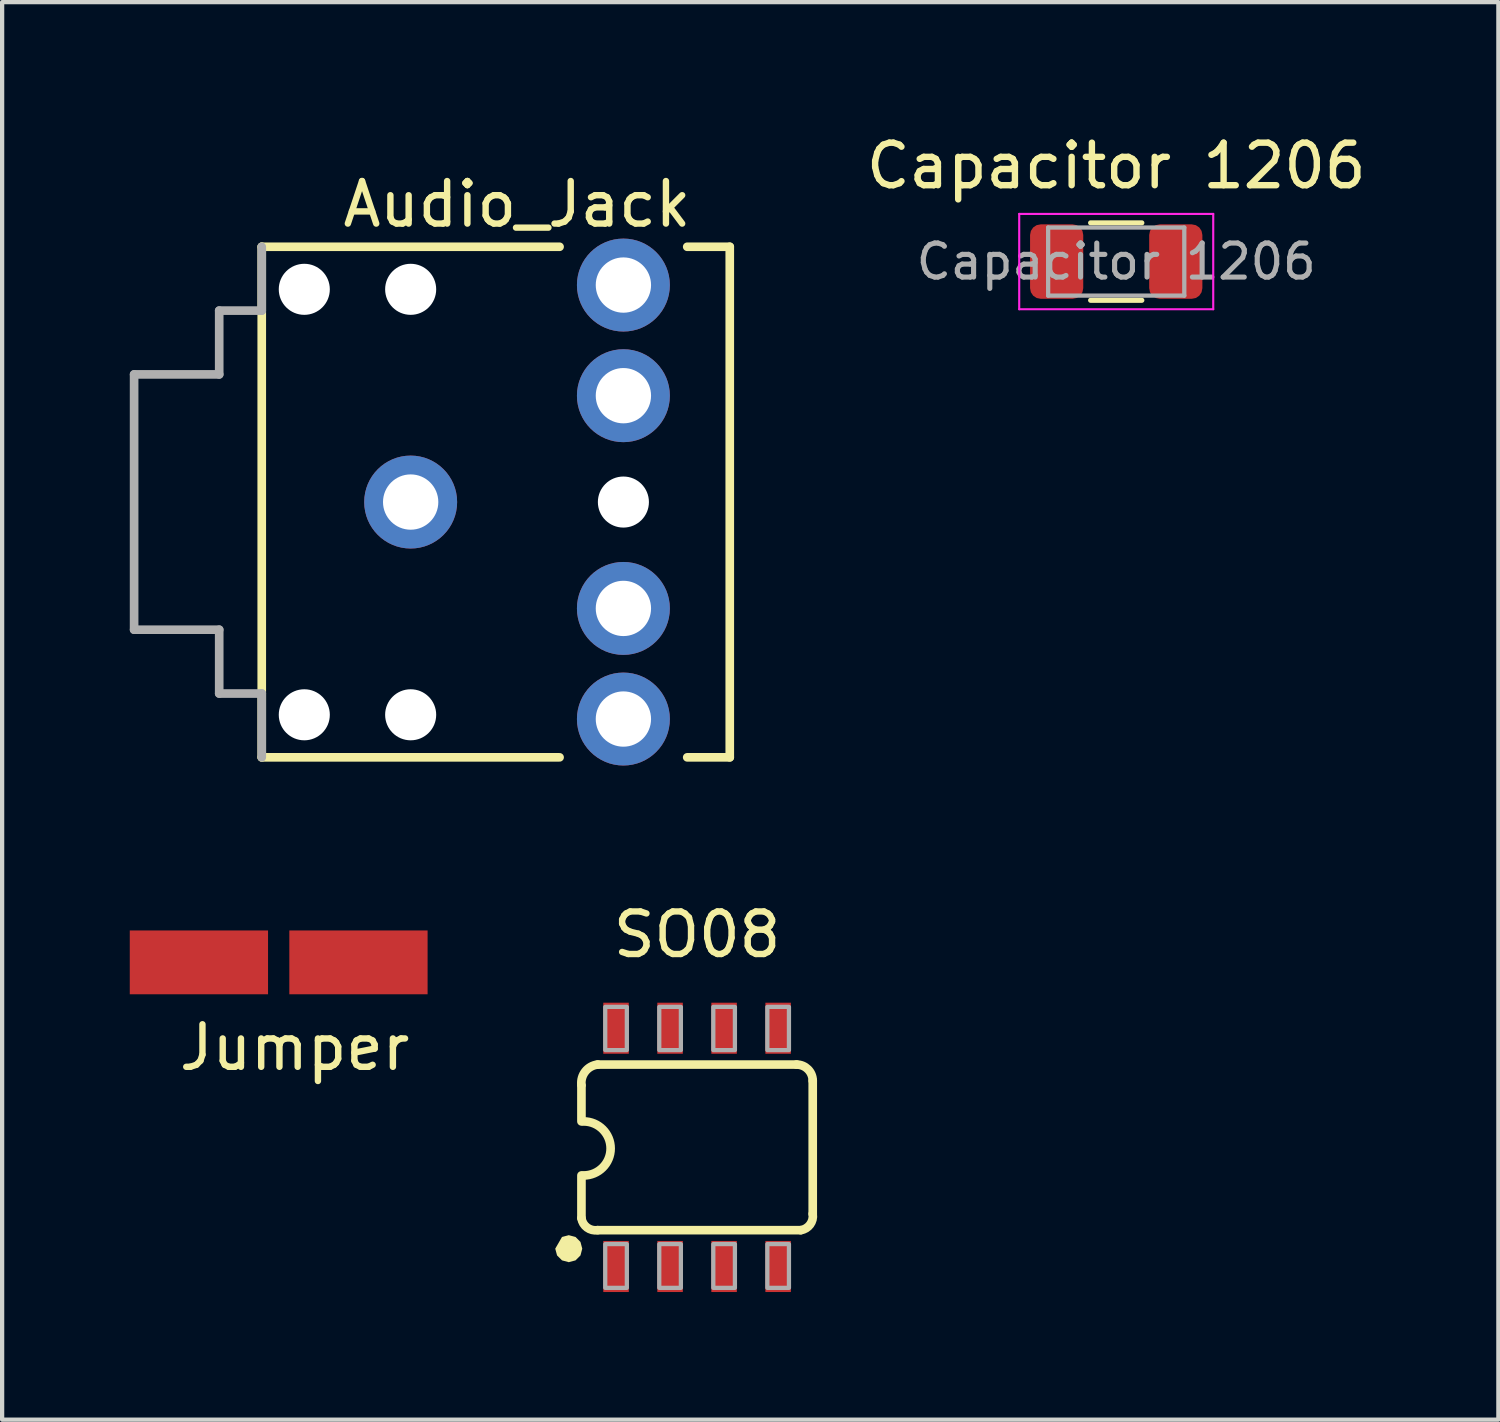
<source format=kicad_pcb>
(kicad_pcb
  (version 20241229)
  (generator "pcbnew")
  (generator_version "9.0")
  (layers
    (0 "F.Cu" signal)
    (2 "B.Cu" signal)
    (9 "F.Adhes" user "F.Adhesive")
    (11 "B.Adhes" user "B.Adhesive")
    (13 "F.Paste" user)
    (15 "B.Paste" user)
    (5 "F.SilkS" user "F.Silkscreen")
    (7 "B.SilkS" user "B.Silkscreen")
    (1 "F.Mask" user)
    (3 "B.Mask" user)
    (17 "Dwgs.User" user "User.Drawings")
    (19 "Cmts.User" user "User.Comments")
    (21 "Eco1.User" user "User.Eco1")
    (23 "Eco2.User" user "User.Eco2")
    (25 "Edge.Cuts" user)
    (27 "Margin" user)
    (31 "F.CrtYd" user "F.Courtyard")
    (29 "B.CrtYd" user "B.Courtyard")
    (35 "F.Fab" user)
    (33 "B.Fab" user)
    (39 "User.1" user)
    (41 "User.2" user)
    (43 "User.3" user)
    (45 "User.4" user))
  (footprint "SO08"
    (layer "F.Cu")
    (at 13.334 18.417)
    (property "Reference" "SO08" (at 0 0.5 0) (layer "F.SilkS") (effects (font (size 1 1) (thickness 0.15))))
    (attr through_hole)
    (fp_line (start -2.718 4.047) (end -2.718 4.89) (stroke (width 0.203) (type solid)) (layer "F.SilkS"))
    (fp_line (start -2.718 7.165) (end -2.718 6.16) (stroke (width 0.203) (type solid)) (layer "F.SilkS"))
    (fp_line (start -2.337 7.446) (end 2.437 7.446) (stroke (width 0.203) (type solid)) (layer "F.SilkS"))
    (fp_line (start 2.337 3.554) (end -2.337 3.554) (stroke (width 0.203) (type solid)) (layer "F.SilkS"))
    (fp_line (start 2.718 7.065) (end 2.718 3.935) (stroke (width 0.203) (type solid)) (layer "F.SilkS"))
    (fp_arc (start -2.7178 4.0347) (mid -2.626948 3.715269) (end -2.3368 3.5537) (stroke (width 0.2032) (type solid)) (layer "F.SilkS"))
    (fp_arc (start -2.667 4.8904) (mid -2.032 5.5254) (end -2.667 6.1604) (stroke (width 0.2032) (type solid)) (layer "F.SilkS"))
    (fp_arc (start -2.336799 7.446301) (mid -2.58554 7.384767) (end -2.7178 7.1653) (stroke (width 0.2032) (type solid)) (layer "F.SilkS"))
    (fp_arc (start 2.3368 3.5537) (mid 2.606237 3.665264) (end 2.7178 3.934702) (stroke (width 0.2032) (type solid)) (layer "F.SilkS"))
    (fp_arc (start 2.7178 7.0653) (mid 2.656208 7.313997) (end 2.4368 7.4463) (stroke (width 0.2032) (type solid)) (layer "F.SilkS"))
    (fp_poly (pts (xy -2.699 7.881) (xy -2.741 7.723) (xy -2.857 7.606) (xy -3.016 7.564) (xy -3.175 7.606) (xy -3.334 7.881) (xy -3.291 8.04) (xy -3.175 8.156) (xy -3.016 8.199) (xy -2.857 8.156) (xy -2.741 8.04)) (stroke (width 0) (type solid)) (fill yes) (layer "F.SilkS"))
    (fp_poly (pts (xy -2.159 3.214) (xy -1.651 3.214) (xy -1.651 2.198) (xy -2.159 2.198)) (stroke (width 0.1) (type solid)) (fill no) (layer "F.Fab"))
    (fp_poly (pts (xy -2.159 8.802) (xy -1.651 8.802) (xy -1.651 7.773) (xy -2.159 7.773)) (stroke (width 0.1) (type solid)) (fill no) (layer "F.Fab"))
    (fp_poly (pts (xy -0.889 3.214) (xy -0.381 3.214) (xy -0.381 2.198) (xy -0.889 2.198)) (stroke (width 0.1) (type solid)) (fill no) (layer "F.Fab"))
    (fp_poly (pts (xy -0.889 8.802) (xy -0.381 8.802) (xy -0.381 7.773) (xy -0.889 7.773)) (stroke (width 0.1) (type solid)) (fill no) (layer "F.Fab"))
    (fp_poly (pts (xy 0.381 3.214) (xy 0.889 3.214) (xy 0.889 2.198) (xy 0.381 2.198)) (stroke (width 0.1) (type solid)) (fill no) (layer "F.Fab"))
    (fp_poly (pts (xy 0.381 8.802) (xy 0.889 8.802) (xy 0.889 7.773) (xy 0.381 7.773)) (stroke (width 0.1) (type solid)) (fill no) (layer "F.Fab"))
    (fp_poly (pts (xy 1.651 3.214) (xy 2.159 3.214) (xy 2.159 2.198) (xy 1.651 2.198)) (stroke (width 0.1) (type solid)) (fill no) (layer "F.Fab"))
    (fp_poly (pts (xy 1.651 8.802) (xy 2.159 8.802) (xy 2.159 7.773) (xy 1.651 7.773)) (stroke (width 0.1) (type solid)) (fill no) (layer "F.Fab"))
    (pad "1" smd rect (at -1.905 8.3) (size 0.6 1.2) (layers "F.Cu" "F.Mask" "F.Paste"))
    (pad "2" smd rect (at -0.635 8.3) (size 0.6 1.2) (layers "F.Cu" "F.Mask" "F.Paste"))
    (pad "3" smd rect (at 0.635 8.3) (size 0.6 1.2) (layers "F.Cu" "F.Mask" "F.Paste"))
    (pad "4" smd rect (at 1.905 8.3) (size 0.6 1.2) (layers "F.Cu" "F.Mask" "F.Paste"))
    (pad "5" smd rect (at 1.905 2.7) (size 0.6 1.2) (layers "F.Cu" "F.Mask" "F.Paste"))
    (pad "6" smd rect (at 0.635 2.7) (size 0.6 1.2) (layers "F.Cu" "F.Mask" "F.Paste"))
    (pad "7" smd rect (at -0.635 2.7) (size 0.6 1.2) (layers "F.Cu" "F.Mask" "F.Paste"))
    (pad "8" smd rect (at -1.905 2.7) (size 0.6 1.2) (layers "F.Cu" "F.Mask" "F.Paste")))
  (footprint "Jumper"
    (layer "F.Cu")
    (at 3.375 18.319)
    (property "Reference" "Jumper" (at 0.5 3.25 0) (layer "F.SilkS") (effects (font (size 1 1) (thickness 0.15))))
    (attr through_hole)
    (pad "1" smd rect (at -1.75 1.25) (size 3.25 1.5) (layers "F.Cu" "F.Mask"))
    (pad "2" smd rect (at 2 1.25) (size 3.25 1.5) (layers "F.Cu" "F.Mask")))
  (footprint "Capacitor 1206"
    (layer "F.Cu")
    (at 23.185 0.348)
    (property "Reference" "Capacitor 1206" (at 0 0.5 0) (layer "F.SilkS") (effects (font (size 1 1) (thickness 0.15))))
    (attr through_hole)
    (fp_line (start -0.602 1.84) (end 0.602 1.84) (stroke (width 0.12) (type solid)) (layer "F.SilkS"))
    (fp_line (start -0.602 3.66) (end 0.602 3.66) (stroke (width 0.12) (type solid)) (layer "F.SilkS"))
    (fp_line (start -2.28 1.63) (end 2.28 1.63) (stroke (width 0.05) (type solid)) (layer "F.CrtYd"))
    (fp_line (start -2.28 3.87) (end -2.28 1.63) (stroke (width 0.05) (type solid)) (layer "F.CrtYd"))
    (fp_line (start 2.28 1.63) (end 2.28 3.87) (stroke (width 0.05) (type solid)) (layer "F.CrtYd"))
    (fp_line (start 2.28 3.87) (end -2.28 3.87) (stroke (width 0.05) (type solid)) (layer "F.CrtYd"))
    (fp_line (start -1.6 1.95) (end 1.6 1.95) (stroke (width 0.1) (type solid)) (layer "F.Fab"))
    (fp_line (start -1.6 3.55) (end -1.6 1.95) (stroke (width 0.1) (type solid)) (layer "F.Fab"))
    (fp_line (start 1.6 1.95) (end 1.6 3.55) (stroke (width 0.1) (type solid)) (layer "F.Fab"))
    (fp_line (start 1.6 3.55) (end -1.6 3.55) (stroke (width 0.1) (type solid)) (layer "F.Fab"))
    (fp_text user "${REFERENCE}" (at 0 2.75 0) (layer "F.Fab") (effects (font (size 0.8 0.8) (thickness 0.12))))
    (pad "1" smd roundrect (at -1.4 2.75) (size 1.25 1.75) (layers "F.Cu" "F.Mask" "F.Paste") (roundrect_rratio 0.2))
    (pad "2" smd roundrect (at 1.4 2.75) (size 1.25 1.75) (layers "F.Cu" "F.Mask" "F.Paste") (roundrect_rratio 0.2)))
  (footprint "Audio_Jack"
    (layer "F.Cu")
    (at 8.602 0.25)
    (property "Reference" "Audio_Jack" (at 0.5 1.5 0) (layer "F.SilkS") (effects (font (size 1 1) (thickness 0.15))))
    (attr through_hole)
    (fp_circle (center -2 8.5) (end -1.67 8.5) (stroke (width 0.66) (type solid)) (fill no) (layer "F.Mask"))
    (fp_circle (center 3 3.4) (end 3.33 3.4) (stroke (width 0.66) (type solid)) (fill no) (layer "F.Mask"))
    (fp_circle (center 3 6) (end 3.33 6) (stroke (width 0.66) (type solid)) (fill no) (layer "F.Mask"))
    (fp_circle (center 3 11) (end 3.33 11) (stroke (width 0.66) (type solid)) (fill no) (layer "F.Mask"))
    (fp_circle (center 3 13.6) (end 3.33 13.6) (stroke (width 0.66) (type solid)) (fill no) (layer "F.Mask"))
    (fp_circle (center -2 8.5) (end -1.39 8.5) (stroke (width 1.219) (type solid)) (fill no) (layer "B.Mask"))
    (fp_circle (center 3 3.4) (end 3.61 3.4) (stroke (width 1.219) (type solid)) (fill no) (layer "B.Mask"))
    (fp_circle (center 3 6) (end 3.61 6) (stroke (width 1.219) (type solid)) (fill no) (layer "B.Mask"))
    (fp_circle (center 3 11) (end 3.61 11) (stroke (width 1.219) (type solid)) (fill no) (layer "B.Mask"))
    (fp_circle (center 3 13.6) (end 3.61 13.6) (stroke (width 1.219) (type solid)) (fill no) (layer "B.Mask"))
    (fp_line (start -5.5 2.5) (end -5.5 14.5) (stroke (width 0.203) (type solid)) (layer "F.SilkS"))
    (fp_line (start -5.5 2.5) (end 1.5 2.5) (stroke (width 0.203) (type solid)) (layer "F.SilkS"))
    (fp_line (start -5.5 14.5) (end 1.5 14.5) (stroke (width 0.203) (type solid)) (layer "F.SilkS"))
    (fp_line (start 5.5 2.5) (end 4.5 2.5) (stroke (width 0.203) (type solid)) (layer "F.SilkS"))
    (fp_line (start 5.5 2.5) (end 5.5 14.5) (stroke (width 0.203) (type solid)) (layer "F.SilkS"))
    (fp_line (start 5.5 14.5) (end 4.5 14.5) (stroke (width 0.203) (type solid)) (layer "F.SilkS"))
    (fp_line (start -8.5 5.5) (end -8.5 11.5) (stroke (width 0.203) (type solid)) (layer "F.Fab"))
    (fp_line (start -8.5 5.5) (end -6.5 5.5) (stroke (width 0.203) (type solid)) (layer "F.Fab"))
    (fp_line (start -8.5 11.5) (end -6.5 11.5) (stroke (width 0.203) (type solid)) (layer "F.Fab"))
    (fp_line (start -6.5 4) (end -6.5 5.5) (stroke (width 0.203) (type solid)) (layer "F.Fab"))
    (fp_line (start -6.5 4) (end -5.5 4) (stroke (width 0.203) (type solid)) (layer "F.Fab"))
    (fp_line (start -6.5 11.5) (end -6.5 13) (stroke (width 0.203) (type solid)) (layer "F.Fab"))
    (fp_line (start -6.5 13) (end -5.5 13) (stroke (width 0.203) (type solid)) (layer "F.Fab"))
    (fp_line (start -5.5 2.5) (end -5.5 4) (stroke (width 0.203) (type solid)) (layer "F.Fab"))
    (fp_line (start -5.5 13) (end -5.5 14.5) (stroke (width 0.203) (type solid)) (layer "F.Fab"))
    (pad "" np_thru_hole circle (at -4.5 3.5) (size 1.2 1.2) (drill 1.2) (layers "*.Cu" "*.Mask"))
    (pad "" np_thru_hole circle (at -4.5 13.5) (size 1.2 1.2) (drill 1.2) (layers "*.Cu" "*.Mask"))
    (pad "" np_thru_hole circle (at -2 3.5) (size 1.2 1.2) (drill 1.2) (layers "*.Cu" "*.Mask"))
    (pad "" np_thru_hole circle (at -2 13.5) (size 1.2 1.2) (drill 1.2) (layers "*.Cu" "*.Mask"))
    (pad "" np_thru_hole circle (at 3 8.5) (size 1.2 1.2) (drill 1.2) (layers "*.Cu" "*.Mask"))
    (pad "RING" thru_hole circle (at 3 3.4) (size 2.184 2.184) (drill 1.3) (layers "*.Cu" "*.Mask"))
    (pad "RSH" thru_hole circle (at 3 6) (size 2.184 2.184) (drill 1.3) (layers "*.Cu" "*.Mask"))
    (pad "SLEEVE" thru_hole circle (at -2 8.5) (size 2.184 2.184) (drill 1.3) (layers "*.Cu" "*.Mask"))
    (pad "TIP" thru_hole circle (at 3 13.6) (size 2.184 2.184) (drill 1.3) (layers "*.Cu" "*.Mask"))
    (pad "TSH" thru_hole circle (at 3 11) (size 2.184 2.184) (drill 1.3) (layers "*.Cu" "*.Mask")))
  (gr_rect
    (start -3 -3)
    (end 32.167 30.317)
    (stroke (width 0.1) (type default))
    (fill no)
    (layer "Edge.Cuts")))
</source>
